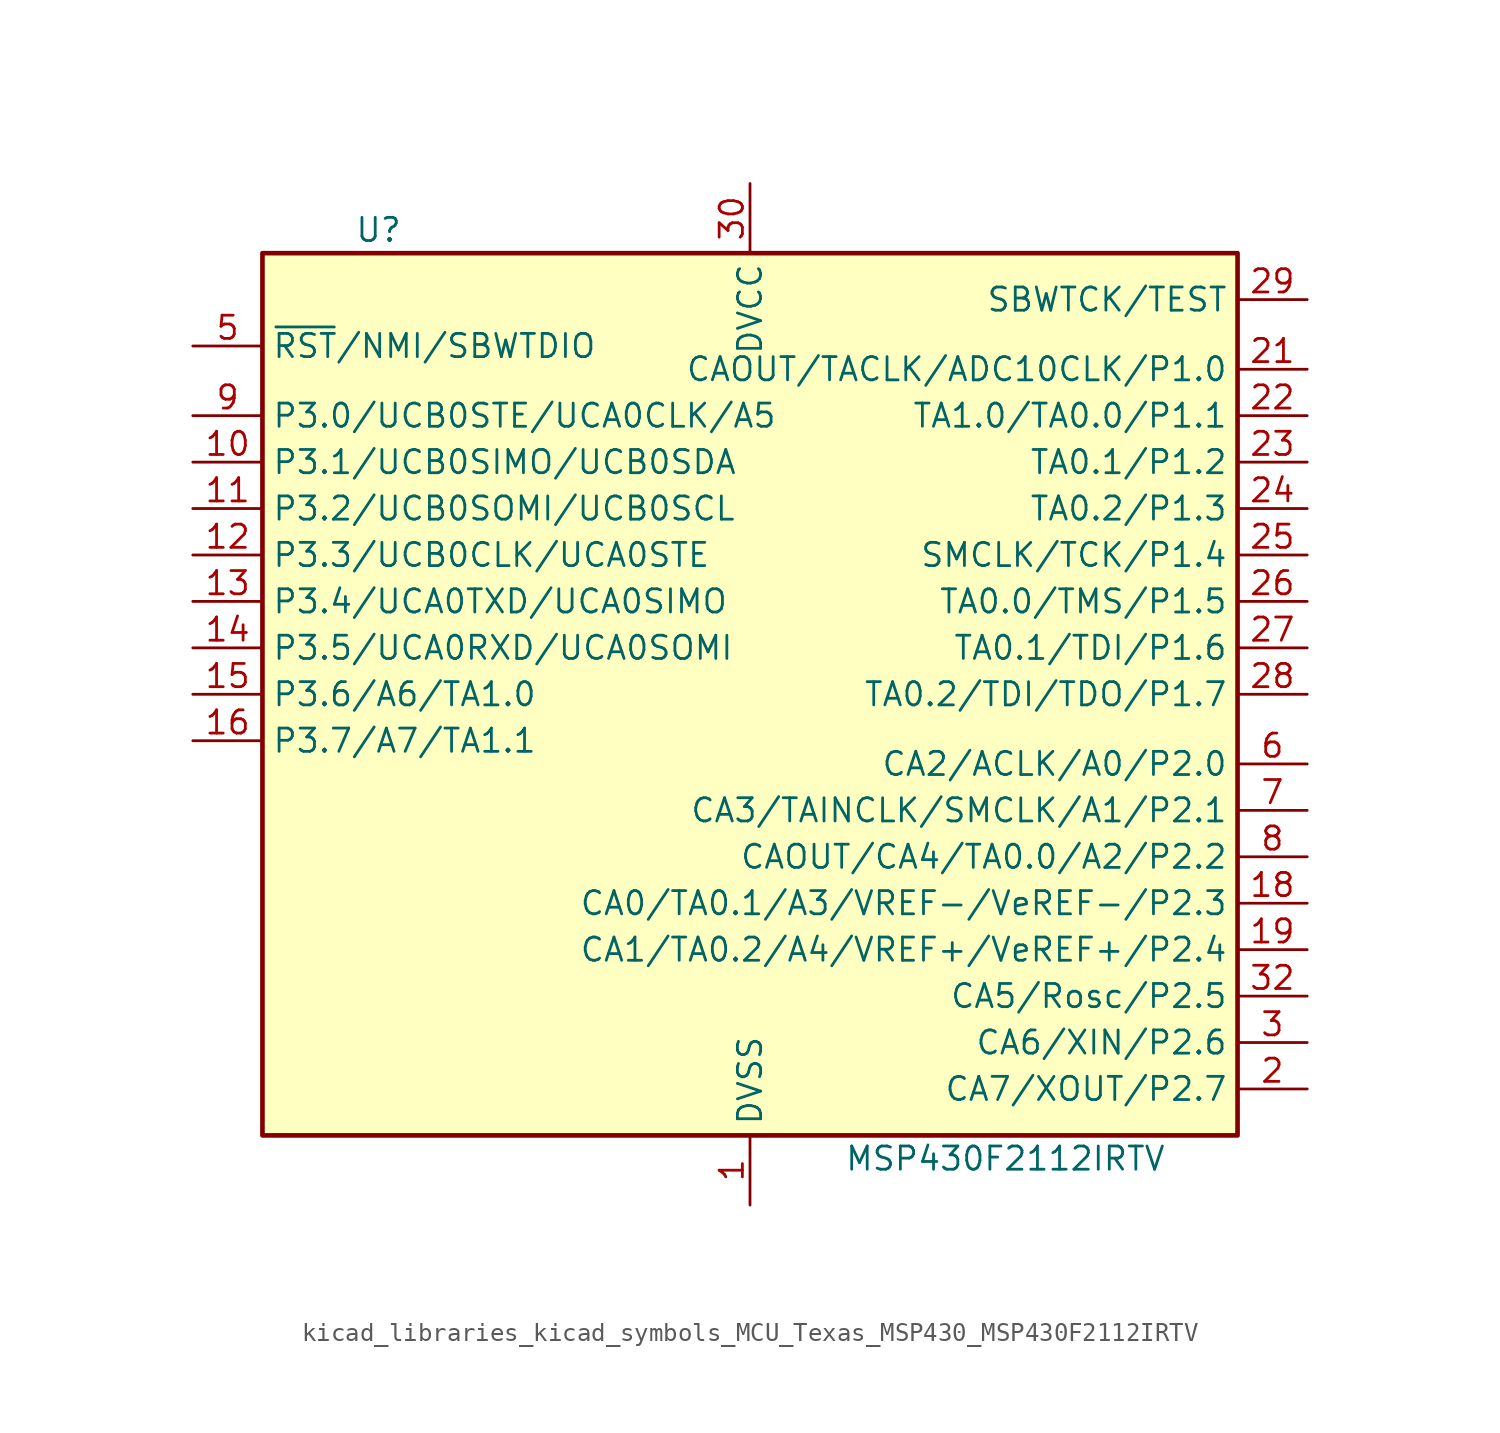
<source format=kicad_sym>
(kicad_symbol_lib
  (version 20220914)
  (generator kicad_symbol_editor)
  (symbol "kicad_libraries_kicad_symbols_MCU_Texas_MSP430_MSP430F2112IRTV"
    (property "Reference" "U"
      (at -20.32 25.4 0)
      (effects (font (size 1.27 1.27))))
    (property "Value" "MSP430F2112IRTV"
      (at 13.97 -25.4 0)
      (effects (font (size 1.27 1.27))))
    (symbol "kicad_libraries_kicad_symbols_MCU_Texas_MSP430_MSP430F2112IRTV_0_1"
      (rectangle (start -26.67 24.13) (end 26.67 -24.13) (stroke (width 0.254) (type default)) (fill (type background))))
    (symbol "kicad_libraries_kicad_symbols_MCU_Texas_MSP430_MSP430F2112IRTV_1_1"
      (pin power_in line (at 0 -27.94 90) (length 3.81) (name "DVSS" (effects (font (size 1.27 1.27)))) (number "1" (effects (font (size 1.27 1.27)))))
      (pin bidirectional line (at -30.48 12.7 0) (length 3.81) (name "P3.1/UCB0SIMO/UCB0SDA" (effects (font (size 1.27 1.27)))) (number "10" (effects (font (size 1.27 1.27)))))
      (pin bidirectional line (at -30.48 10.16 0) (length 3.81) (name "P3.2/UCB0SOMI/UCB0SCL" (effects (font (size 1.27 1.27)))) (number "11" (effects (font (size 1.27 1.27)))))
      (pin bidirectional line (at -30.48 7.62 0) (length 3.81) (name "P3.3/UCB0CLK/UCA0STE" (effects (font (size 1.27 1.27)))) (number "12" (effects (font (size 1.27 1.27)))))
      (pin bidirectional line (at -30.48 5.08 0) (length 3.81) (name "P3.4/UCA0TXD/UCA0SIMO" (effects (font (size 1.27 1.27)))) (number "13" (effects (font (size 1.27 1.27)))))
      (pin bidirectional line (at -30.48 2.54 0) (length 3.81) (name "P3.5/UCA0RXD/UCA0SOMI" (effects (font (size 1.27 1.27)))) (number "14" (effects (font (size 1.27 1.27)))))
      (pin bidirectional line (at -30.48 0 0) (length 3.81) (name "P3.6/A6/TA1.0" (effects (font (size 1.27 1.27)))) (number "15" (effects (font (size 1.27 1.27)))))
      (pin bidirectional line (at -30.48 -2.54 0) (length 3.81) (name "P3.7/A7/TA1.1" (effects (font (size 1.27 1.27)))) (number "16" (effects (font (size 1.27 1.27)))))
      (pin bidirectional line (at 30.48 -11.43 180) (length 3.81) (name "CA0/TA0.1/A3/VREF-/VeREF-/P2.3" (effects (font (size 1.27 1.27)))) (number "18" (effects (font (size 1.27 1.27)))))
      (pin bidirectional line (at 30.48 -13.97 180) (length 3.81) (name "CA1/TA0.2/A4/VREF+/VeREF+/P2.4" (effects (font (size 1.27 1.27)))) (number "19" (effects (font (size 1.27 1.27)))))
      (pin bidirectional line (at 30.48 -21.59 180) (length 3.81) (name "CA7/XOUT/P2.7" (effects (font (size 1.27 1.27)))) (number "2" (effects (font (size 1.27 1.27)))))
      (pin bidirectional line (at 30.48 17.78 180) (length 3.81) (name "CAOUT/TACLK/ADC10CLK/P1.0" (effects (font (size 1.27 1.27)))) (number "21" (effects (font (size 1.27 1.27)))))
      (pin bidirectional line (at 30.48 15.24 180) (length 3.81) (name "TA1.0/TA0.0/P1.1" (effects (font (size 1.27 1.27)))) (number "22" (effects (font (size 1.27 1.27)))))
      (pin bidirectional line (at 30.48 12.7 180) (length 3.81) (name "TA0.1/P1.2" (effects (font (size 1.27 1.27)))) (number "23" (effects (font (size 1.27 1.27)))))
      (pin bidirectional line (at 30.48 10.16 180) (length 3.81) (name "TA0.2/P1.3" (effects (font (size 1.27 1.27)))) (number "24" (effects (font (size 1.27 1.27)))))
      (pin bidirectional line (at 30.48 7.62 180) (length 3.81) (name "SMCLK/TCK/P1.4" (effects (font (size 1.27 1.27)))) (number "25" (effects (font (size 1.27 1.27)))))
      (pin bidirectional line (at 30.48 5.08 180) (length 3.81) (name "TA0.0/TMS/P1.5" (effects (font (size 1.27 1.27)))) (number "26" (effects (font (size 1.27 1.27)))))
      (pin bidirectional line (at 30.48 2.54 180) (length 3.81) (name "TA0.1/TDI/P1.6" (effects (font (size 1.27 1.27)))) (number "27" (effects (font (size 1.27 1.27)))))
      (pin bidirectional line (at 30.48 0 180) (length 3.81) (name "TA0.2/TDI/TDO/P1.7" (effects (font (size 1.27 1.27)))) (number "28" (effects (font (size 1.27 1.27)))))
      (pin input line (at 30.48 21.59 180) (length 3.81) (name "SBWTCK/TEST" (effects (font (size 1.27 1.27)))) (number "29" (effects (font (size 1.27 1.27)))))
      (pin bidirectional line (at 30.48 -19.05 180) (length 3.81) (name "CA6/XIN/P2.6" (effects (font (size 1.27 1.27)))) (number "3" (effects (font (size 1.27 1.27)))))
      (pin power_in line (at 0 27.94 270) (length 3.81) (name "DVCC" (effects (font (size 1.27 1.27)))) (number "30" (effects (font (size 1.27 1.27)))))
      (pin bidirectional line (at 30.48 -16.51 180) (length 3.81) (name "CA5/Rosc/P2.5" (effects (font (size 1.27 1.27)))) (number "32" (effects (font (size 1.27 1.27)))))
      (pin bidirectional line (at -30.48 19.05 0) (length 3.81) (name "~{RST}/NMI/SBWTDIO" (effects (font (size 1.27 1.27)))) (number "5" (effects (font (size 1.27 1.27)))))
      (pin bidirectional line (at 30.48 -3.81 180) (length 3.81) (name "CA2/ACLK/A0/P2.0" (effects (font (size 1.27 1.27)))) (number "6" (effects (font (size 1.27 1.27)))))
      (pin bidirectional line (at 30.48 -6.35 180) (length 3.81) (name "CA3/TAINCLK/SMCLK/A1/P2.1" (effects (font (size 1.27 1.27)))) (number "7" (effects (font (size 1.27 1.27)))))
      (pin bidirectional line (at 30.48 -8.89 180) (length 3.81) (name "CAOUT/CA4/TA0.0/A2/P2.2" (effects (font (size 1.27 1.27)))) (number "8" (effects (font (size 1.27 1.27)))))
      (pin bidirectional line (at -30.48 15.24 0) (length 3.81) (name "P3.0/UCB0STE/UCA0CLK/A5" (effects (font (size 1.27 1.27)))) (number "9" (effects (font (size 1.27 1.27))))))))
</source>
